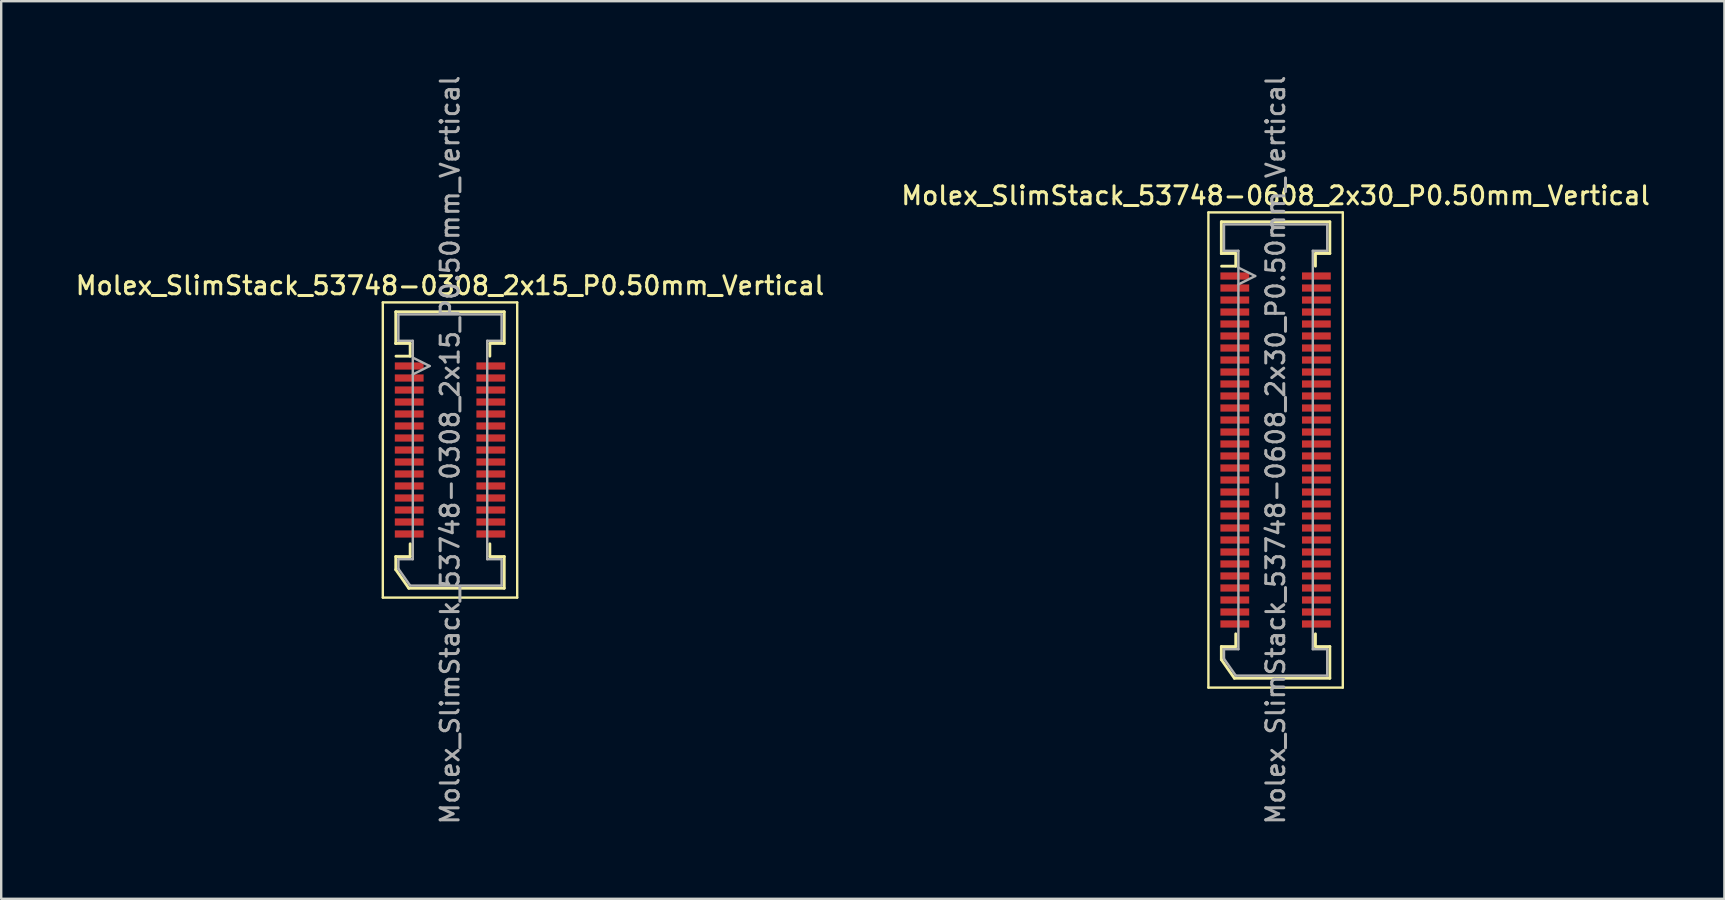
<source format=kicad_pcb>
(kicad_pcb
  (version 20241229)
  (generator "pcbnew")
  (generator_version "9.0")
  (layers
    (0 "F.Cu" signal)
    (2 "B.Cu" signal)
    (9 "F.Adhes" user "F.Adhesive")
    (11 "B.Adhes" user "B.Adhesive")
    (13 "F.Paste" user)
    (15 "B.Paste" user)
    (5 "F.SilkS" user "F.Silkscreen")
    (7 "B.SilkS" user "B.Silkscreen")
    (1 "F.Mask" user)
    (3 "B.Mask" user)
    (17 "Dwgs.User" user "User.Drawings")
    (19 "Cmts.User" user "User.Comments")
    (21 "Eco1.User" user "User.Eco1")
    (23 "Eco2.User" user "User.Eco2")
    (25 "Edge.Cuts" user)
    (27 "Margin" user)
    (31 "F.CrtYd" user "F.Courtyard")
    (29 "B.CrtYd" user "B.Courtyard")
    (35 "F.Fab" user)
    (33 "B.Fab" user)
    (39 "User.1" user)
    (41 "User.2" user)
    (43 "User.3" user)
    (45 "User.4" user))
  (footprint "Molex_SlimStack_53748-0308_2x15_P0.50mm_Vertical"
    (layer "F.Cu")
    (at 15.702 15.702)
    (property "Reference" "Molex_SlimStack_53748-0308_2x15_P0.50mm_Vertical" (at 0 -6.85 0) (layer "F.SilkS") (effects (font (size 0.75 0.75) (thickness 0.125))))
    (attr smd)
    (fp_line (start -2.8 -6.15) (end -2.8 6.15) (stroke (width 0.1) (type solid)) (layer "F.SilkS"))
    (fp_line (start -2.8 6.15) (end 2.8 6.15) (stroke (width 0.1) (type solid)) (layer "F.SilkS"))
    (fp_line (start -2.26 -5.76) (end -2.26 -4.44) (stroke (width 0.12) (type solid)) (layer "F.SilkS"))
    (fp_line (start -2.26 -4.44) (end -2.26 -4.44) (stroke (width 0.12) (type solid)) (layer "F.SilkS"))
    (fp_line (start -2.26 -4.44) (end -1.66 -4.44) (stroke (width 0.12) (type solid)) (layer "F.SilkS"))
    (fp_line (start -2.26 4.44) (end -1.66 4.44) (stroke (width 0.12) (type solid)) (layer "F.SilkS"))
    (fp_line (start -2.26 4.985) (end -2.26 4.44) (stroke (width 0.12) (type solid)) (layer "F.SilkS"))
    (fp_line (start -1.717 5.76) (end -2.26 4.985) (stroke (width 0.12) (type solid)) (layer "F.SilkS"))
    (fp_line (start -1.66 -4.44) (end -1.66 -3.91) (stroke (width 0.12) (type solid)) (layer "F.SilkS"))
    (fp_line (start -1.66 -3.91) (end -2.25 -3.91) (stroke (width 0.12) (type solid)) (layer "F.SilkS"))
    (fp_line (start -1.66 4.44) (end -1.66 3.91) (stroke (width 0.12) (type solid)) (layer "F.SilkS"))
    (fp_line (start 1.66 -4.44) (end 2.26 -4.44) (stroke (width 0.12) (type solid)) (layer "F.SilkS"))
    (fp_line (start 1.66 -3.91) (end 1.66 -4.44) (stroke (width 0.12) (type solid)) (layer "F.SilkS"))
    (fp_line (start 1.66 3.91) (end 1.66 4.44) (stroke (width 0.12) (type solid)) (layer "F.SilkS"))
    (fp_line (start 1.66 4.44) (end 2.26 4.44) (stroke (width 0.12) (type solid)) (layer "F.SilkS"))
    (fp_line (start 2.26 -5.76) (end -2.26 -5.76) (stroke (width 0.12) (type solid)) (layer "F.SilkS"))
    (fp_line (start 2.26 -4.44) (end 2.26 -5.76) (stroke (width 0.12) (type solid)) (layer "F.SilkS"))
    (fp_line (start 2.26 4.44) (end 2.26 5.76) (stroke (width 0.12) (type solid)) (layer "F.SilkS"))
    (fp_line (start 2.26 5.76) (end -1.717 5.76) (stroke (width 0.12) (type solid)) (layer "F.SilkS"))
    (fp_line (start 2.8 -6.15) (end -2.8 -6.15) (stroke (width 0.1) (type solid)) (layer "F.SilkS"))
    (fp_line (start 2.8 6.15) (end 2.8 -6.15) (stroke (width 0.1) (type solid)) (layer "F.SilkS"))
    (fp_line (start -2.15 -5.65) (end -2.15 -4.55) (stroke (width 0.1) (type solid)) (layer "F.Fab"))
    (fp_line (start -2.15 -4.55) (end -1.55 -4.55) (stroke (width 0.1) (type solid)) (layer "F.Fab"))
    (fp_line (start -2.15 4.55) (end -2.15 4.95) (stroke (width 0.1) (type solid)) (layer "F.Fab"))
    (fp_line (start -2.15 4.95) (end -1.66 5.65) (stroke (width 0.1) (type solid)) (layer "F.Fab"))
    (fp_line (start -1.66 5.65) (end 2.15 5.65) (stroke (width 0.1) (type solid)) (layer "F.Fab"))
    (fp_line (start -1.55 -4.55) (end -1.55 4.55) (stroke (width 0.1) (type solid)) (layer "F.Fab"))
    (fp_line (start -1.55 4.55) (end -2.15 4.55) (stroke (width 0.1) (type solid)) (layer "F.Fab"))
    (fp_line (start -0.85 -3.5) (end -1.55 -3.85) (stroke (width 0.1) (type solid)) (layer "F.Fab"))
    (fp_line (start -0.85 -3.5) (end -1.55 -3.15) (stroke (width 0.1) (type solid)) (layer "F.Fab"))
    (fp_line (start 1.55 -4.55) (end 2.15 -4.55) (stroke (width 0.1) (type solid)) (layer "F.Fab"))
    (fp_line (start 1.55 4.55) (end 1.55 -4.55) (stroke (width 0.1) (type solid)) (layer "F.Fab"))
    (fp_line (start 2.15 -5.65) (end -2.15 -5.65) (stroke (width 0.1) (type solid)) (layer "F.Fab"))
    (fp_line (start 2.15 -4.55) (end 2.15 -5.65) (stroke (width 0.1) (type solid)) (layer "F.Fab"))
    (fp_line (start 2.15 4.55) (end 1.55 4.55) (stroke (width 0.1) (type solid)) (layer "F.Fab"))
    (fp_line (start 2.15 5.65) (end 2.15 4.55) (stroke (width 0.1) (type solid)) (layer "F.Fab"))
    (fp_text user "${REFERENCE}" (at 0 0 90) (layer "F.Fab") (effects (font (size 0.75 0.75) (thickness 0.125))))
    (pad "1" smd rect (at -1.7 -3.5) (size 1.2 0.3) (layers "F.Cu" "F.Mask" "F.Paste"))
    (pad "2" smd rect (at 1.7 -3.5) (size 1.2 0.3) (layers "F.Cu" "F.Mask" "F.Paste"))
    (pad "3" smd rect (at -1.7 -3) (size 1.2 0.3) (layers "F.Cu" "F.Mask" "F.Paste"))
    (pad "4" smd rect (at 1.7 -3) (size 1.2 0.3) (layers "F.Cu" "F.Mask" "F.Paste"))
    (pad "5" smd rect (at -1.7 -2.5) (size 1.2 0.3) (layers "F.Cu" "F.Mask" "F.Paste"))
    (pad "6" smd rect (at 1.7 -2.5) (size 1.2 0.3) (layers "F.Cu" "F.Mask" "F.Paste"))
    (pad "7" smd rect (at -1.7 -2) (size 1.2 0.3) (layers "F.Cu" "F.Mask" "F.Paste"))
    (pad "8" smd rect (at 1.7 -2) (size 1.2 0.3) (layers "F.Cu" "F.Mask" "F.Paste"))
    (pad "9" smd rect (at -1.7 -1.5) (size 1.2 0.3) (layers "F.Cu" "F.Mask" "F.Paste"))
    (pad "10" smd rect (at 1.7 -1.5) (size 1.2 0.3) (layers "F.Cu" "F.Mask" "F.Paste"))
    (pad "11" smd rect (at -1.7 -1) (size 1.2 0.3) (layers "F.Cu" "F.Mask" "F.Paste"))
    (pad "12" smd rect (at 1.7 -1) (size 1.2 0.3) (layers "F.Cu" "F.Mask" "F.Paste"))
    (pad "13" smd rect (at -1.7 -0.5) (size 1.2 0.3) (layers "F.Cu" "F.Mask" "F.Paste"))
    (pad "14" smd rect (at 1.7 -0.5) (size 1.2 0.3) (layers "F.Cu" "F.Mask" "F.Paste"))
    (pad "15" smd rect (at -1.7 0) (size 1.2 0.3) (layers "F.Cu" "F.Mask" "F.Paste"))
    (pad "16" smd rect (at 1.7 0) (size 1.2 0.3) (layers "F.Cu" "F.Mask" "F.Paste"))
    (pad "17" smd rect (at -1.7 0.5) (size 1.2 0.3) (layers "F.Cu" "F.Mask" "F.Paste"))
    (pad "18" smd rect (at 1.7 0.5) (size 1.2 0.3) (layers "F.Cu" "F.Mask" "F.Paste"))
    (pad "19" smd rect (at -1.7 1) (size 1.2 0.3) (layers "F.Cu" "F.Mask" "F.Paste"))
    (pad "20" smd rect (at 1.7 1) (size 1.2 0.3) (layers "F.Cu" "F.Mask" "F.Paste"))
    (pad "21" smd rect (at -1.7 1.5) (size 1.2 0.3) (layers "F.Cu" "F.Mask" "F.Paste"))
    (pad "22" smd rect (at 1.7 1.5) (size 1.2 0.3) (layers "F.Cu" "F.Mask" "F.Paste"))
    (pad "23" smd rect (at -1.7 2) (size 1.2 0.3) (layers "F.Cu" "F.Mask" "F.Paste"))
    (pad "24" smd rect (at 1.7 2) (size 1.2 0.3) (layers "F.Cu" "F.Mask" "F.Paste"))
    (pad "25" smd rect (at -1.7 2.5) (size 1.2 0.3) (layers "F.Cu" "F.Mask" "F.Paste"))
    (pad "26" smd rect (at 1.7 2.5) (size 1.2 0.3) (layers "F.Cu" "F.Mask" "F.Paste"))
    (pad "27" smd rect (at -1.7 3) (size 1.2 0.3) (layers "F.Cu" "F.Mask" "F.Paste"))
    (pad "28" smd rect (at 1.7 3) (size 1.2 0.3) (layers "F.Cu" "F.Mask" "F.Paste"))
    (pad "29" smd rect (at -1.7 3.5) (size 1.2 0.3) (layers "F.Cu" "F.Mask" "F.Paste"))
    (pad "30" smd rect (at 1.7 3.5) (size 1.2 0.3) (layers "F.Cu" "F.Mask" "F.Paste")))
  (footprint "Molex_SlimStack_53748-0608_2x30_P0.50mm_Vertical"
    (layer "F.Cu")
    (at 50.105 15.702)
    (property "Reference" "Molex_SlimStack_53748-0608_2x30_P0.50mm_Vertical" (at 0 -10.6 0) (layer "F.SilkS") (effects (font (size 0.75 0.75) (thickness 0.125))))
    (attr smd)
    (fp_line (start -2.8 -9.9) (end -2.8 9.9) (stroke (width 0.1) (type solid)) (layer "F.SilkS"))
    (fp_line (start -2.8 9.9) (end 2.8 9.9) (stroke (width 0.1) (type solid)) (layer "F.SilkS"))
    (fp_line (start -2.26 -9.51) (end -2.26 -8.19) (stroke (width 0.12) (type solid)) (layer "F.SilkS"))
    (fp_line (start -2.26 -8.19) (end -2.26 -8.19) (stroke (width 0.12) (type solid)) (layer "F.SilkS"))
    (fp_line (start -2.26 -8.19) (end -1.66 -8.19) (stroke (width 0.12) (type solid)) (layer "F.SilkS"))
    (fp_line (start -2.26 8.19) (end -1.66 8.19) (stroke (width 0.12) (type solid)) (layer "F.SilkS"))
    (fp_line (start -2.26 8.735) (end -2.26 8.19) (stroke (width 0.12) (type solid)) (layer "F.SilkS"))
    (fp_line (start -1.717 9.51) (end -2.26 8.735) (stroke (width 0.12) (type solid)) (layer "F.SilkS"))
    (fp_line (start -1.66 -8.19) (end -1.66 -7.66) (stroke (width 0.12) (type solid)) (layer "F.SilkS"))
    (fp_line (start -1.66 -7.66) (end -2.25 -7.66) (stroke (width 0.12) (type solid)) (layer "F.SilkS"))
    (fp_line (start -1.66 8.19) (end -1.66 7.66) (stroke (width 0.12) (type solid)) (layer "F.SilkS"))
    (fp_line (start 1.66 -8.19) (end 2.26 -8.19) (stroke (width 0.12) (type solid)) (layer "F.SilkS"))
    (fp_line (start 1.66 -7.66) (end 1.66 -8.19) (stroke (width 0.12) (type solid)) (layer "F.SilkS"))
    (fp_line (start 1.66 7.66) (end 1.66 8.19) (stroke (width 0.12) (type solid)) (layer "F.SilkS"))
    (fp_line (start 1.66 8.19) (end 2.26 8.19) (stroke (width 0.12) (type solid)) (layer "F.SilkS"))
    (fp_line (start 2.26 -9.51) (end -2.26 -9.51) (stroke (width 0.12) (type solid)) (layer "F.SilkS"))
    (fp_line (start 2.26 -8.19) (end 2.26 -9.51) (stroke (width 0.12) (type solid)) (layer "F.SilkS"))
    (fp_line (start 2.26 8.19) (end 2.26 9.51) (stroke (width 0.12) (type solid)) (layer "F.SilkS"))
    (fp_line (start 2.26 9.51) (end -1.717 9.51) (stroke (width 0.12) (type solid)) (layer "F.SilkS"))
    (fp_line (start 2.8 -9.9) (end -2.8 -9.9) (stroke (width 0.1) (type solid)) (layer "F.SilkS"))
    (fp_line (start 2.8 9.9) (end 2.8 -9.9) (stroke (width 0.1) (type solid)) (layer "F.SilkS"))
    (fp_line (start -2.15 -9.4) (end -2.15 -8.3) (stroke (width 0.1) (type solid)) (layer "F.Fab"))
    (fp_line (start -2.15 -8.3) (end -1.55 -8.3) (stroke (width 0.1) (type solid)) (layer "F.Fab"))
    (fp_line (start -2.15 8.3) (end -2.15 8.7) (stroke (width 0.1) (type solid)) (layer "F.Fab"))
    (fp_line (start -2.15 8.7) (end -1.66 9.4) (stroke (width 0.1) (type solid)) (layer "F.Fab"))
    (fp_line (start -1.66 9.4) (end 2.15 9.4) (stroke (width 0.1) (type solid)) (layer "F.Fab"))
    (fp_line (start -1.55 -8.3) (end -1.55 8.3) (stroke (width 0.1) (type solid)) (layer "F.Fab"))
    (fp_line (start -1.55 8.3) (end -2.15 8.3) (stroke (width 0.1) (type solid)) (layer "F.Fab"))
    (fp_line (start -0.85 -7.25) (end -1.55 -7.6) (stroke (width 0.1) (type solid)) (layer "F.Fab"))
    (fp_line (start -0.85 -7.25) (end -1.55 -6.9) (stroke (width 0.1) (type solid)) (layer "F.Fab"))
    (fp_line (start 1.55 -8.3) (end 2.15 -8.3) (stroke (width 0.1) (type solid)) (layer "F.Fab"))
    (fp_line (start 1.55 8.3) (end 1.55 -8.3) (stroke (width 0.1) (type solid)) (layer "F.Fab"))
    (fp_line (start 2.15 -9.4) (end -2.15 -9.4) (stroke (width 0.1) (type solid)) (layer "F.Fab"))
    (fp_line (start 2.15 -8.3) (end 2.15 -9.4) (stroke (width 0.1) (type solid)) (layer "F.Fab"))
    (fp_line (start 2.15 8.3) (end 1.55 8.3) (stroke (width 0.1) (type solid)) (layer "F.Fab"))
    (fp_line (start 2.15 9.4) (end 2.15 8.3) (stroke (width 0.1) (type solid)) (layer "F.Fab"))
    (fp_text user "${REFERENCE}" (at 0 0 90) (layer "F.Fab") (effects (font (size 0.75 0.75) (thickness 0.125))))
    (pad "1" smd rect (at -1.7 -7.25) (size 1.2 0.3) (layers "F.Cu" "F.Mask" "F.Paste"))
    (pad "2" smd rect (at 1.7 -7.25) (size 1.2 0.3) (layers "F.Cu" "F.Mask" "F.Paste"))
    (pad "3" smd rect (at -1.7 -6.75) (size 1.2 0.3) (layers "F.Cu" "F.Mask" "F.Paste"))
    (pad "4" smd rect (at 1.7 -6.75) (size 1.2 0.3) (layers "F.Cu" "F.Mask" "F.Paste"))
    (pad "5" smd rect (at -1.7 -6.25) (size 1.2 0.3) (layers "F.Cu" "F.Mask" "F.Paste"))
    (pad "6" smd rect (at 1.7 -6.25) (size 1.2 0.3) (layers "F.Cu" "F.Mask" "F.Paste"))
    (pad "7" smd rect (at -1.7 -5.75) (size 1.2 0.3) (layers "F.Cu" "F.Mask" "F.Paste"))
    (pad "8" smd rect (at 1.7 -5.75) (size 1.2 0.3) (layers "F.Cu" "F.Mask" "F.Paste"))
    (pad "9" smd rect (at -1.7 -5.25) (size 1.2 0.3) (layers "F.Cu" "F.Mask" "F.Paste"))
    (pad "10" smd rect (at 1.7 -5.25) (size 1.2 0.3) (layers "F.Cu" "F.Mask" "F.Paste"))
    (pad "11" smd rect (at -1.7 -4.75) (size 1.2 0.3) (layers "F.Cu" "F.Mask" "F.Paste"))
    (pad "12" smd rect (at 1.7 -4.75) (size 1.2 0.3) (layers "F.Cu" "F.Mask" "F.Paste"))
    (pad "13" smd rect (at -1.7 -4.25) (size 1.2 0.3) (layers "F.Cu" "F.Mask" "F.Paste"))
    (pad "14" smd rect (at 1.7 -4.25) (size 1.2 0.3) (layers "F.Cu" "F.Mask" "F.Paste"))
    (pad "15" smd rect (at -1.7 -3.75) (size 1.2 0.3) (layers "F.Cu" "F.Mask" "F.Paste"))
    (pad "16" smd rect (at 1.7 -3.75) (size 1.2 0.3) (layers "F.Cu" "F.Mask" "F.Paste"))
    (pad "17" smd rect (at -1.7 -3.25) (size 1.2 0.3) (layers "F.Cu" "F.Mask" "F.Paste"))
    (pad "18" smd rect (at 1.7 -3.25) (size 1.2 0.3) (layers "F.Cu" "F.Mask" "F.Paste"))
    (pad "19" smd rect (at -1.7 -2.75) (size 1.2 0.3) (layers "F.Cu" "F.Mask" "F.Paste"))
    (pad "20" smd rect (at 1.7 -2.75) (size 1.2 0.3) (layers "F.Cu" "F.Mask" "F.Paste"))
    (pad "21" smd rect (at -1.7 -2.25) (size 1.2 0.3) (layers "F.Cu" "F.Mask" "F.Paste"))
    (pad "22" smd rect (at 1.7 -2.25) (size 1.2 0.3) (layers "F.Cu" "F.Mask" "F.Paste"))
    (pad "23" smd rect (at -1.7 -1.75) (size 1.2 0.3) (layers "F.Cu" "F.Mask" "F.Paste"))
    (pad "24" smd rect (at 1.7 -1.75) (size 1.2 0.3) (layers "F.Cu" "F.Mask" "F.Paste"))
    (pad "25" smd rect (at -1.7 -1.25) (size 1.2 0.3) (layers "F.Cu" "F.Mask" "F.Paste"))
    (pad "26" smd rect (at 1.7 -1.25) (size 1.2 0.3) (layers "F.Cu" "F.Mask" "F.Paste"))
    (pad "27" smd rect (at -1.7 -0.75) (size 1.2 0.3) (layers "F.Cu" "F.Mask" "F.Paste"))
    (pad "28" smd rect (at 1.7 -0.75) (size 1.2 0.3) (layers "F.Cu" "F.Mask" "F.Paste"))
    (pad "29" smd rect (at -1.7 -0.25) (size 1.2 0.3) (layers "F.Cu" "F.Mask" "F.Paste"))
    (pad "30" smd rect (at 1.7 -0.25) (size 1.2 0.3) (layers "F.Cu" "F.Mask" "F.Paste"))
    (pad "31" smd rect (at -1.7 0.25) (size 1.2 0.3) (layers "F.Cu" "F.Mask" "F.Paste"))
    (pad "32" smd rect (at 1.7 0.25) (size 1.2 0.3) (layers "F.Cu" "F.Mask" "F.Paste"))
    (pad "33" smd rect (at -1.7 0.75) (size 1.2 0.3) (layers "F.Cu" "F.Mask" "F.Paste"))
    (pad "34" smd rect (at 1.7 0.75) (size 1.2 0.3) (layers "F.Cu" "F.Mask" "F.Paste"))
    (pad "35" smd rect (at -1.7 1.25) (size 1.2 0.3) (layers "F.Cu" "F.Mask" "F.Paste"))
    (pad "36" smd rect (at 1.7 1.25) (size 1.2 0.3) (layers "F.Cu" "F.Mask" "F.Paste"))
    (pad "37" smd rect (at -1.7 1.75) (size 1.2 0.3) (layers "F.Cu" "F.Mask" "F.Paste"))
    (pad "38" smd rect (at 1.7 1.75) (size 1.2 0.3) (layers "F.Cu" "F.Mask" "F.Paste"))
    (pad "39" smd rect (at -1.7 2.25) (size 1.2 0.3) (layers "F.Cu" "F.Mask" "F.Paste"))
    (pad "40" smd rect (at 1.7 2.25) (size 1.2 0.3) (layers "F.Cu" "F.Mask" "F.Paste"))
    (pad "41" smd rect (at -1.7 2.75) (size 1.2 0.3) (layers "F.Cu" "F.Mask" "F.Paste"))
    (pad "42" smd rect (at 1.7 2.75) (size 1.2 0.3) (layers "F.Cu" "F.Mask" "F.Paste"))
    (pad "43" smd rect (at -1.7 3.25) (size 1.2 0.3) (layers "F.Cu" "F.Mask" "F.Paste"))
    (pad "44" smd rect (at 1.7 3.25) (size 1.2 0.3) (layers "F.Cu" "F.Mask" "F.Paste"))
    (pad "45" smd rect (at -1.7 3.75) (size 1.2 0.3) (layers "F.Cu" "F.Mask" "F.Paste"))
    (pad "46" smd rect (at 1.7 3.75) (size 1.2 0.3) (layers "F.Cu" "F.Mask" "F.Paste"))
    (pad "47" smd rect (at -1.7 4.25) (size 1.2 0.3) (layers "F.Cu" "F.Mask" "F.Paste"))
    (pad "48" smd rect (at 1.7 4.25) (size 1.2 0.3) (layers "F.Cu" "F.Mask" "F.Paste"))
    (pad "49" smd rect (at -1.7 4.75) (size 1.2 0.3) (layers "F.Cu" "F.Mask" "F.Paste"))
    (pad "50" smd rect (at 1.7 4.75) (size 1.2 0.3) (layers "F.Cu" "F.Mask" "F.Paste"))
    (pad "51" smd rect (at -1.7 5.25) (size 1.2 0.3) (layers "F.Cu" "F.Mask" "F.Paste"))
    (pad "52" smd rect (at 1.7 5.25) (size 1.2 0.3) (layers "F.Cu" "F.Mask" "F.Paste"))
    (pad "53" smd rect (at -1.7 5.75) (size 1.2 0.3) (layers "F.Cu" "F.Mask" "F.Paste"))
    (pad "54" smd rect (at 1.7 5.75) (size 1.2 0.3) (layers "F.Cu" "F.Mask" "F.Paste"))
    (pad "55" smd rect (at -1.7 6.25) (size 1.2 0.3) (layers "F.Cu" "F.Mask" "F.Paste"))
    (pad "56" smd rect (at 1.7 6.25) (size 1.2 0.3) (layers "F.Cu" "F.Mask" "F.Paste"))
    (pad "57" smd rect (at -1.7 6.75) (size 1.2 0.3) (layers "F.Cu" "F.Mask" "F.Paste"))
    (pad "58" smd rect (at 1.7 6.75) (size 1.2 0.3) (layers "F.Cu" "F.Mask" "F.Paste"))
    (pad "59" smd rect (at -1.7 7.25) (size 1.2 0.3) (layers "F.Cu" "F.Mask" "F.Paste"))
    (pad "60" smd rect (at 1.7 7.25) (size 1.2 0.3) (layers "F.Cu" "F.Mask" "F.Paste")))
  (gr_rect
    (start -3 -3)
    (end 68.807 34.404)
    (stroke (width 0.1) (type default))
    (fill no)
    (layer "Edge.Cuts")))
</source>
